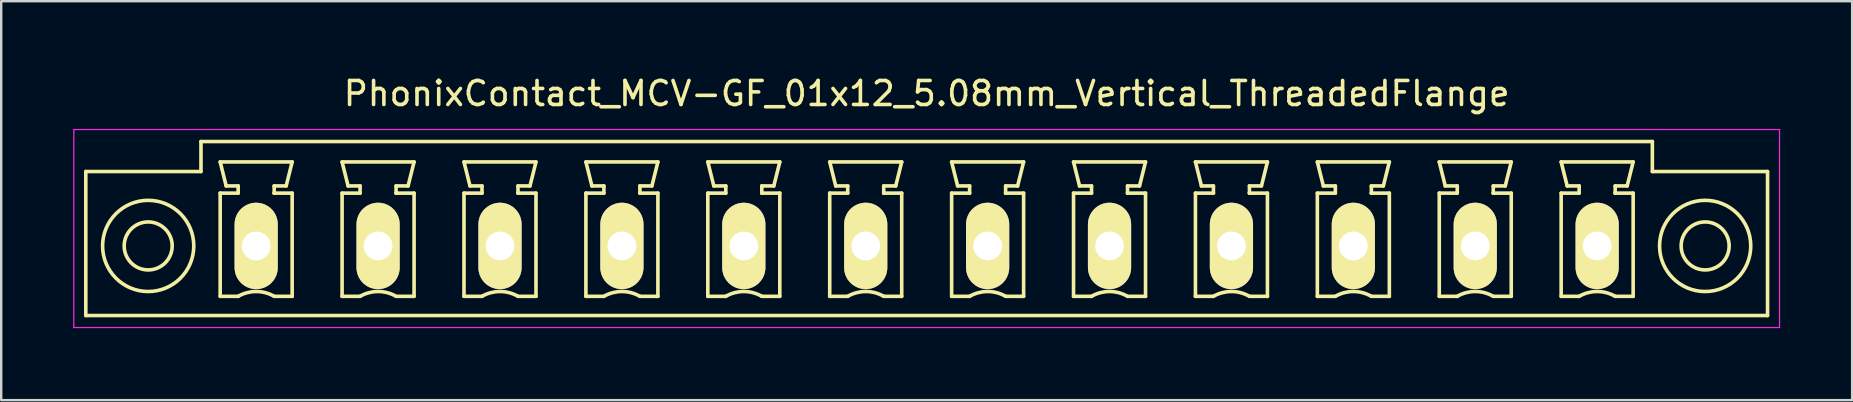
<source format=kicad_pcb>
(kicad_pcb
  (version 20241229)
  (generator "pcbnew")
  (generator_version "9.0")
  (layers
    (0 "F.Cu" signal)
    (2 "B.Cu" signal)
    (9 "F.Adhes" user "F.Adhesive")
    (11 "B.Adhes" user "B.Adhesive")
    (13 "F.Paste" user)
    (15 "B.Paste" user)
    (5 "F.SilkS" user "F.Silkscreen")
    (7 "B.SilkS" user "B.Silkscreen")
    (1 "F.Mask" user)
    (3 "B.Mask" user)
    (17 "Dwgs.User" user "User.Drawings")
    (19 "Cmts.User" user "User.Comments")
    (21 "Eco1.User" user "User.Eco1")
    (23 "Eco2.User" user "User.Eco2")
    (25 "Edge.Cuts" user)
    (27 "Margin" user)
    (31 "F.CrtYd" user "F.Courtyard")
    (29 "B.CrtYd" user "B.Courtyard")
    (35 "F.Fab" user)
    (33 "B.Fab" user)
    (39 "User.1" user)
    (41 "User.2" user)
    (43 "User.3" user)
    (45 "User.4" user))
  (footprint "PhonixContact_MCV-GF_01x12_5.08mm_Vertical_ThreadedFlange"
    (layer "F.Cu")
    (at 7.625 7.198)
    (property "Reference" "PhonixContact_MCV-GF_01x12_5.08mm_Vertical_ThreadedFlange" (at 27.94 -6.35 0) (layer "F.SilkS") (effects (font (size 1 1) (thickness 0.15))))
    (attr through_hole)
    (fp_line (start -7.1 -3.1) (end -7.1 2.9) (stroke (width 0.15) (type solid)) (layer "F.SilkS"))
    (fp_line (start -7.1 2.9) (end 62.98 2.9) (stroke (width 0.15) (type solid)) (layer "F.SilkS"))
    (fp_line (start -2.3 -4.35) (end -2.3 -3.1) (stroke (width 0.15) (type solid)) (layer "F.SilkS"))
    (fp_line (start -2.3 -3.1) (end -7.1 -3.1) (stroke (width 0.15) (type solid)) (layer "F.SilkS"))
    (fp_line (start -1.5 -3.5) (end 1.5 -3.5) (stroke (width 0.15) (type solid)) (layer "F.SilkS"))
    (fp_line (start -1.5 -2.2) (end -0.75 -2.2) (stroke (width 0.15) (type solid)) (layer "F.SilkS"))
    (fp_line (start -1.5 2.1) (end -1.5 -2.2) (stroke (width 0.15) (type solid)) (layer "F.SilkS"))
    (fp_line (start -1.25 -2.5) (end -1.5 -3.5) (stroke (width 0.15) (type solid)) (layer "F.SilkS"))
    (fp_line (start -0.75 -2.5) (end -1.25 -2.5) (stroke (width 0.15) (type solid)) (layer "F.SilkS"))
    (fp_line (start -0.75 -2.2) (end -0.75 -2.5) (stroke (width 0.15) (type solid)) (layer "F.SilkS"))
    (fp_line (start -0.75 2.1) (end -1.5 2.1) (stroke (width 0.15) (type solid)) (layer "F.SilkS"))
    (fp_line (start 0.75 -2.5) (end 0.75 -2.2) (stroke (width 0.15) (type solid)) (layer "F.SilkS"))
    (fp_line (start 0.75 -2.2) (end 0.75 -2.2) (stroke (width 0.15) (type solid)) (layer "F.SilkS"))
    (fp_line (start 0.75 -2.2) (end 1.5 -2.2) (stroke (width 0.15) (type solid)) (layer "F.SilkS"))
    (fp_line (start 1.25 -2.5) (end 0.75 -2.5) (stroke (width 0.15) (type solid)) (layer "F.SilkS"))
    (fp_line (start 1.5 -3.5) (end 1.25 -2.5) (stroke (width 0.15) (type solid)) (layer "F.SilkS"))
    (fp_line (start 1.5 -2.2) (end 1.5 2.1) (stroke (width 0.15) (type solid)) (layer "F.SilkS"))
    (fp_line (start 1.5 2.1) (end 0.75 2.1) (stroke (width 0.15) (type solid)) (layer "F.SilkS"))
    (fp_line (start 3.58 -3.5) (end 6.58 -3.5) (stroke (width 0.15) (type solid)) (layer "F.SilkS"))
    (fp_line (start 3.58 -2.2) (end 4.33 -2.2) (stroke (width 0.15) (type solid)) (layer "F.SilkS"))
    (fp_line (start 3.58 2.1) (end 3.58 -2.2) (stroke (width 0.15) (type solid)) (layer "F.SilkS"))
    (fp_line (start 3.83 -2.5) (end 3.58 -3.5) (stroke (width 0.15) (type solid)) (layer "F.SilkS"))
    (fp_line (start 4.33 -2.5) (end 3.83 -2.5) (stroke (width 0.15) (type solid)) (layer "F.SilkS"))
    (fp_line (start 4.33 -2.2) (end 4.33 -2.5) (stroke (width 0.15) (type solid)) (layer "F.SilkS"))
    (fp_line (start 4.33 2.1) (end 3.58 2.1) (stroke (width 0.15) (type solid)) (layer "F.SilkS"))
    (fp_line (start 5.83 -2.5) (end 5.83 -2.2) (stroke (width 0.15) (type solid)) (layer "F.SilkS"))
    (fp_line (start 5.83 -2.2) (end 5.83 -2.2) (stroke (width 0.15) (type solid)) (layer "F.SilkS"))
    (fp_line (start 5.83 -2.2) (end 6.58 -2.2) (stroke (width 0.15) (type solid)) (layer "F.SilkS"))
    (fp_line (start 6.33 -2.5) (end 5.83 -2.5) (stroke (width 0.15) (type solid)) (layer "F.SilkS"))
    (fp_line (start 6.58 -3.5) (end 6.33 -2.5) (stroke (width 0.15) (type solid)) (layer "F.SilkS"))
    (fp_line (start 6.58 -2.2) (end 6.58 2.1) (stroke (width 0.15) (type solid)) (layer "F.SilkS"))
    (fp_line (start 6.58 2.1) (end 5.83 2.1) (stroke (width 0.15) (type solid)) (layer "F.SilkS"))
    (fp_line (start 8.66 -3.5) (end 11.66 -3.5) (stroke (width 0.15) (type solid)) (layer "F.SilkS"))
    (fp_line (start 8.66 -2.2) (end 9.41 -2.2) (stroke (width 0.15) (type solid)) (layer "F.SilkS"))
    (fp_line (start 8.66 2.1) (end 8.66 -2.2) (stroke (width 0.15) (type solid)) (layer "F.SilkS"))
    (fp_line (start 8.91 -2.5) (end 8.66 -3.5) (stroke (width 0.15) (type solid)) (layer "F.SilkS"))
    (fp_line (start 9.41 -2.5) (end 8.91 -2.5) (stroke (width 0.15) (type solid)) (layer "F.SilkS"))
    (fp_line (start 9.41 -2.2) (end 9.41 -2.5) (stroke (width 0.15) (type solid)) (layer "F.SilkS"))
    (fp_line (start 9.41 2.1) (end 8.66 2.1) (stroke (width 0.15) (type solid)) (layer "F.SilkS"))
    (fp_line (start 10.91 -2.5) (end 10.91 -2.2) (stroke (width 0.15) (type solid)) (layer "F.SilkS"))
    (fp_line (start 10.91 -2.2) (end 10.91 -2.2) (stroke (width 0.15) (type solid)) (layer "F.SilkS"))
    (fp_line (start 10.91 -2.2) (end 11.66 -2.2) (stroke (width 0.15) (type solid)) (layer "F.SilkS"))
    (fp_line (start 11.41 -2.5) (end 10.91 -2.5) (stroke (width 0.15) (type solid)) (layer "F.SilkS"))
    (fp_line (start 11.66 -3.5) (end 11.41 -2.5) (stroke (width 0.15) (type solid)) (layer "F.SilkS"))
    (fp_line (start 11.66 -2.2) (end 11.66 2.1) (stroke (width 0.15) (type solid)) (layer "F.SilkS"))
    (fp_line (start 11.66 2.1) (end 10.91 2.1) (stroke (width 0.15) (type solid)) (layer "F.SilkS"))
    (fp_line (start 13.74 -3.5) (end 16.74 -3.5) (stroke (width 0.15) (type solid)) (layer "F.SilkS"))
    (fp_line (start 13.74 -2.2) (end 14.49 -2.2) (stroke (width 0.15) (type solid)) (layer "F.SilkS"))
    (fp_line (start 13.74 2.1) (end 13.74 -2.2) (stroke (width 0.15) (type solid)) (layer "F.SilkS"))
    (fp_line (start 13.99 -2.5) (end 13.74 -3.5) (stroke (width 0.15) (type solid)) (layer "F.SilkS"))
    (fp_line (start 14.49 -2.5) (end 13.99 -2.5) (stroke (width 0.15) (type solid)) (layer "F.SilkS"))
    (fp_line (start 14.49 -2.2) (end 14.49 -2.5) (stroke (width 0.15) (type solid)) (layer "F.SilkS"))
    (fp_line (start 14.49 2.1) (end 13.74 2.1) (stroke (width 0.15) (type solid)) (layer "F.SilkS"))
    (fp_line (start 15.99 -2.5) (end 15.99 -2.2) (stroke (width 0.15) (type solid)) (layer "F.SilkS"))
    (fp_line (start 15.99 -2.2) (end 15.99 -2.2) (stroke (width 0.15) (type solid)) (layer "F.SilkS"))
    (fp_line (start 15.99 -2.2) (end 16.74 -2.2) (stroke (width 0.15) (type solid)) (layer "F.SilkS"))
    (fp_line (start 16.49 -2.5) (end 15.99 -2.5) (stroke (width 0.15) (type solid)) (layer "F.SilkS"))
    (fp_line (start 16.74 -3.5) (end 16.49 -2.5) (stroke (width 0.15) (type solid)) (layer "F.SilkS"))
    (fp_line (start 16.74 -2.2) (end 16.74 2.1) (stroke (width 0.15) (type solid)) (layer "F.SilkS"))
    (fp_line (start 16.74 2.1) (end 15.99 2.1) (stroke (width 0.15) (type solid)) (layer "F.SilkS"))
    (fp_line (start 18.82 -3.5) (end 21.82 -3.5) (stroke (width 0.15) (type solid)) (layer "F.SilkS"))
    (fp_line (start 18.82 -2.2) (end 19.57 -2.2) (stroke (width 0.15) (type solid)) (layer "F.SilkS"))
    (fp_line (start 18.82 2.1) (end 18.82 -2.2) (stroke (width 0.15) (type solid)) (layer "F.SilkS"))
    (fp_line (start 19.07 -2.5) (end 18.82 -3.5) (stroke (width 0.15) (type solid)) (layer "F.SilkS"))
    (fp_line (start 19.57 -2.5) (end 19.07 -2.5) (stroke (width 0.15) (type solid)) (layer "F.SilkS"))
    (fp_line (start 19.57 -2.2) (end 19.57 -2.5) (stroke (width 0.15) (type solid)) (layer "F.SilkS"))
    (fp_line (start 19.57 2.1) (end 18.82 2.1) (stroke (width 0.15) (type solid)) (layer "F.SilkS"))
    (fp_line (start 21.07 -2.5) (end 21.07 -2.2) (stroke (width 0.15) (type solid)) (layer "F.SilkS"))
    (fp_line (start 21.07 -2.2) (end 21.07 -2.2) (stroke (width 0.15) (type solid)) (layer "F.SilkS"))
    (fp_line (start 21.07 -2.2) (end 21.82 -2.2) (stroke (width 0.15) (type solid)) (layer "F.SilkS"))
    (fp_line (start 21.57 -2.5) (end 21.07 -2.5) (stroke (width 0.15) (type solid)) (layer "F.SilkS"))
    (fp_line (start 21.82 -3.5) (end 21.57 -2.5) (stroke (width 0.15) (type solid)) (layer "F.SilkS"))
    (fp_line (start 21.82 -2.2) (end 21.82 2.1) (stroke (width 0.15) (type solid)) (layer "F.SilkS"))
    (fp_line (start 21.82 2.1) (end 21.07 2.1) (stroke (width 0.15) (type solid)) (layer "F.SilkS"))
    (fp_line (start 23.9 -3.5) (end 26.9 -3.5) (stroke (width 0.15) (type solid)) (layer "F.SilkS"))
    (fp_line (start 23.9 -2.2) (end 24.65 -2.2) (stroke (width 0.15) (type solid)) (layer "F.SilkS"))
    (fp_line (start 23.9 2.1) (end 23.9 -2.2) (stroke (width 0.15) (type solid)) (layer "F.SilkS"))
    (fp_line (start 24.15 -2.5) (end 23.9 -3.5) (stroke (width 0.15) (type solid)) (layer "F.SilkS"))
    (fp_line (start 24.65 -2.5) (end 24.15 -2.5) (stroke (width 0.15) (type solid)) (layer "F.SilkS"))
    (fp_line (start 24.65 -2.2) (end 24.65 -2.5) (stroke (width 0.15) (type solid)) (layer "F.SilkS"))
    (fp_line (start 24.65 2.1) (end 23.9 2.1) (stroke (width 0.15) (type solid)) (layer "F.SilkS"))
    (fp_line (start 26.15 -2.5) (end 26.15 -2.2) (stroke (width 0.15) (type solid)) (layer "F.SilkS"))
    (fp_line (start 26.15 -2.2) (end 26.15 -2.2) (stroke (width 0.15) (type solid)) (layer "F.SilkS"))
    (fp_line (start 26.15 -2.2) (end 26.9 -2.2) (stroke (width 0.15) (type solid)) (layer "F.SilkS"))
    (fp_line (start 26.65 -2.5) (end 26.15 -2.5) (stroke (width 0.15) (type solid)) (layer "F.SilkS"))
    (fp_line (start 26.9 -3.5) (end 26.65 -2.5) (stroke (width 0.15) (type solid)) (layer "F.SilkS"))
    (fp_line (start 26.9 -2.2) (end 26.9 2.1) (stroke (width 0.15) (type solid)) (layer "F.SilkS"))
    (fp_line (start 26.9 2.1) (end 26.15 2.1) (stroke (width 0.15) (type solid)) (layer "F.SilkS"))
    (fp_line (start 28.98 -3.5) (end 31.98 -3.5) (stroke (width 0.15) (type solid)) (layer "F.SilkS"))
    (fp_line (start 28.98 -2.2) (end 29.73 -2.2) (stroke (width 0.15) (type solid)) (layer "F.SilkS"))
    (fp_line (start 28.98 2.1) (end 28.98 -2.2) (stroke (width 0.15) (type solid)) (layer "F.SilkS"))
    (fp_line (start 29.23 -2.5) (end 28.98 -3.5) (stroke (width 0.15) (type solid)) (layer "F.SilkS"))
    (fp_line (start 29.73 -2.5) (end 29.23 -2.5) (stroke (width 0.15) (type solid)) (layer "F.SilkS"))
    (fp_line (start 29.73 -2.2) (end 29.73 -2.5) (stroke (width 0.15) (type solid)) (layer "F.SilkS"))
    (fp_line (start 29.73 2.1) (end 28.98 2.1) (stroke (width 0.15) (type solid)) (layer "F.SilkS"))
    (fp_line (start 31.23 -2.5) (end 31.23 -2.2) (stroke (width 0.15) (type solid)) (layer "F.SilkS"))
    (fp_line (start 31.23 -2.2) (end 31.23 -2.2) (stroke (width 0.15) (type solid)) (layer "F.SilkS"))
    (fp_line (start 31.23 -2.2) (end 31.98 -2.2) (stroke (width 0.15) (type solid)) (layer "F.SilkS"))
    (fp_line (start 31.73 -2.5) (end 31.23 -2.5) (stroke (width 0.15) (type solid)) (layer "F.SilkS"))
    (fp_line (start 31.98 -3.5) (end 31.73 -2.5) (stroke (width 0.15) (type solid)) (layer "F.SilkS"))
    (fp_line (start 31.98 -2.2) (end 31.98 2.1) (stroke (width 0.15) (type solid)) (layer "F.SilkS"))
    (fp_line (start 31.98 2.1) (end 31.23 2.1) (stroke (width 0.15) (type solid)) (layer "F.SilkS"))
    (fp_line (start 34.06 -3.5) (end 37.06 -3.5) (stroke (width 0.15) (type solid)) (layer "F.SilkS"))
    (fp_line (start 34.06 -2.2) (end 34.81 -2.2) (stroke (width 0.15) (type solid)) (layer "F.SilkS"))
    (fp_line (start 34.06 2.1) (end 34.06 -2.2) (stroke (width 0.15) (type solid)) (layer "F.SilkS"))
    (fp_line (start 34.31 -2.5) (end 34.06 -3.5) (stroke (width 0.15) (type solid)) (layer "F.SilkS"))
    (fp_line (start 34.81 -2.5) (end 34.31 -2.5) (stroke (width 0.15) (type solid)) (layer "F.SilkS"))
    (fp_line (start 34.81 -2.2) (end 34.81 -2.5) (stroke (width 0.15) (type solid)) (layer "F.SilkS"))
    (fp_line (start 34.81 2.1) (end 34.06 2.1) (stroke (width 0.15) (type solid)) (layer "F.SilkS"))
    (fp_line (start 36.31 -2.5) (end 36.31 -2.2) (stroke (width 0.15) (type solid)) (layer "F.SilkS"))
    (fp_line (start 36.31 -2.2) (end 36.31 -2.2) (stroke (width 0.15) (type solid)) (layer "F.SilkS"))
    (fp_line (start 36.31 -2.2) (end 37.06 -2.2) (stroke (width 0.15) (type solid)) (layer "F.SilkS"))
    (fp_line (start 36.81 -2.5) (end 36.31 -2.5) (stroke (width 0.15) (type solid)) (layer "F.SilkS"))
    (fp_line (start 37.06 -3.5) (end 36.81 -2.5) (stroke (width 0.15) (type solid)) (layer "F.SilkS"))
    (fp_line (start 37.06 -2.2) (end 37.06 2.1) (stroke (width 0.15) (type solid)) (layer "F.SilkS"))
    (fp_line (start 37.06 2.1) (end 36.31 2.1) (stroke (width 0.15) (type solid)) (layer "F.SilkS"))
    (fp_line (start 39.14 -3.5) (end 42.14 -3.5) (stroke (width 0.15) (type solid)) (layer "F.SilkS"))
    (fp_line (start 39.14 -2.2) (end 39.89 -2.2) (stroke (width 0.15) (type solid)) (layer "F.SilkS"))
    (fp_line (start 39.14 2.1) (end 39.14 -2.2) (stroke (width 0.15) (type solid)) (layer "F.SilkS"))
    (fp_line (start 39.39 -2.5) (end 39.14 -3.5) (stroke (width 0.15) (type solid)) (layer "F.SilkS"))
    (fp_line (start 39.89 -2.5) (end 39.39 -2.5) (stroke (width 0.15) (type solid)) (layer "F.SilkS"))
    (fp_line (start 39.89 -2.2) (end 39.89 -2.5) (stroke (width 0.15) (type solid)) (layer "F.SilkS"))
    (fp_line (start 39.89 2.1) (end 39.14 2.1) (stroke (width 0.15) (type solid)) (layer "F.SilkS"))
    (fp_line (start 41.39 -2.5) (end 41.39 -2.2) (stroke (width 0.15) (type solid)) (layer "F.SilkS"))
    (fp_line (start 41.39 -2.2) (end 41.39 -2.2) (stroke (width 0.15) (type solid)) (layer "F.SilkS"))
    (fp_line (start 41.39 -2.2) (end 42.14 -2.2) (stroke (width 0.15) (type solid)) (layer "F.SilkS"))
    (fp_line (start 41.89 -2.5) (end 41.39 -2.5) (stroke (width 0.15) (type solid)) (layer "F.SilkS"))
    (fp_line (start 42.14 -3.5) (end 41.89 -2.5) (stroke (width 0.15) (type solid)) (layer "F.SilkS"))
    (fp_line (start 42.14 -2.2) (end 42.14 2.1) (stroke (width 0.15) (type solid)) (layer "F.SilkS"))
    (fp_line (start 42.14 2.1) (end 41.39 2.1) (stroke (width 0.15) (type solid)) (layer "F.SilkS"))
    (fp_line (start 44.22 -3.5) (end 47.22 -3.5) (stroke (width 0.15) (type solid)) (layer "F.SilkS"))
    (fp_line (start 44.22 -2.2) (end 44.97 -2.2) (stroke (width 0.15) (type solid)) (layer "F.SilkS"))
    (fp_line (start 44.22 2.1) (end 44.22 -2.2) (stroke (width 0.15) (type solid)) (layer "F.SilkS"))
    (fp_line (start 44.47 -2.5) (end 44.22 -3.5) (stroke (width 0.15) (type solid)) (layer "F.SilkS"))
    (fp_line (start 44.97 -2.5) (end 44.47 -2.5) (stroke (width 0.15) (type solid)) (layer "F.SilkS"))
    (fp_line (start 44.97 -2.2) (end 44.97 -2.5) (stroke (width 0.15) (type solid)) (layer "F.SilkS"))
    (fp_line (start 44.97 2.1) (end 44.22 2.1) (stroke (width 0.15) (type solid)) (layer "F.SilkS"))
    (fp_line (start 46.47 -2.5) (end 46.47 -2.2) (stroke (width 0.15) (type solid)) (layer "F.SilkS"))
    (fp_line (start 46.47 -2.2) (end 46.47 -2.2) (stroke (width 0.15) (type solid)) (layer "F.SilkS"))
    (fp_line (start 46.47 -2.2) (end 47.22 -2.2) (stroke (width 0.15) (type solid)) (layer "F.SilkS"))
    (fp_line (start 46.97 -2.5) (end 46.47 -2.5) (stroke (width 0.15) (type solid)) (layer "F.SilkS"))
    (fp_line (start 47.22 -3.5) (end 46.97 -2.5) (stroke (width 0.15) (type solid)) (layer "F.SilkS"))
    (fp_line (start 47.22 -2.2) (end 47.22 2.1) (stroke (width 0.15) (type solid)) (layer "F.SilkS"))
    (fp_line (start 47.22 2.1) (end 46.47 2.1) (stroke (width 0.15) (type solid)) (layer "F.SilkS"))
    (fp_line (start 49.3 -3.5) (end 52.3 -3.5) (stroke (width 0.15) (type solid)) (layer "F.SilkS"))
    (fp_line (start 49.3 -2.2) (end 50.05 -2.2) (stroke (width 0.15) (type solid)) (layer "F.SilkS"))
    (fp_line (start 49.3 2.1) (end 49.3 -2.2) (stroke (width 0.15) (type solid)) (layer "F.SilkS"))
    (fp_line (start 49.55 -2.5) (end 49.3 -3.5) (stroke (width 0.15) (type solid)) (layer "F.SilkS"))
    (fp_line (start 50.05 -2.5) (end 49.55 -2.5) (stroke (width 0.15) (type solid)) (layer "F.SilkS"))
    (fp_line (start 50.05 -2.2) (end 50.05 -2.5) (stroke (width 0.15) (type solid)) (layer "F.SilkS"))
    (fp_line (start 50.05 2.1) (end 49.3 2.1) (stroke (width 0.15) (type solid)) (layer "F.SilkS"))
    (fp_line (start 51.55 -2.5) (end 51.55 -2.2) (stroke (width 0.15) (type solid)) (layer "F.SilkS"))
    (fp_line (start 51.55 -2.2) (end 51.55 -2.2) (stroke (width 0.15) (type solid)) (layer "F.SilkS"))
    (fp_line (start 51.55 -2.2) (end 52.3 -2.2) (stroke (width 0.15) (type solid)) (layer "F.SilkS"))
    (fp_line (start 52.05 -2.5) (end 51.55 -2.5) (stroke (width 0.15) (type solid)) (layer "F.SilkS"))
    (fp_line (start 52.3 -3.5) (end 52.05 -2.5) (stroke (width 0.15) (type solid)) (layer "F.SilkS"))
    (fp_line (start 52.3 -2.2) (end 52.3 2.1) (stroke (width 0.15) (type solid)) (layer "F.SilkS"))
    (fp_line (start 52.3 2.1) (end 51.55 2.1) (stroke (width 0.15) (type solid)) (layer "F.SilkS"))
    (fp_line (start 54.38 -3.5) (end 57.38 -3.5) (stroke (width 0.15) (type solid)) (layer "F.SilkS"))
    (fp_line (start 54.38 -2.2) (end 55.13 -2.2) (stroke (width 0.15) (type solid)) (layer "F.SilkS"))
    (fp_line (start 54.38 2.1) (end 54.38 -2.2) (stroke (width 0.15) (type solid)) (layer "F.SilkS"))
    (fp_line (start 54.63 -2.5) (end 54.38 -3.5) (stroke (width 0.15) (type solid)) (layer "F.SilkS"))
    (fp_line (start 55.13 -2.5) (end 54.63 -2.5) (stroke (width 0.15) (type solid)) (layer "F.SilkS"))
    (fp_line (start 55.13 -2.2) (end 55.13 -2.5) (stroke (width 0.15) (type solid)) (layer "F.SilkS"))
    (fp_line (start 55.13 2.1) (end 54.38 2.1) (stroke (width 0.15) (type solid)) (layer "F.SilkS"))
    (fp_line (start 56.63 -2.5) (end 56.63 -2.2) (stroke (width 0.15) (type solid)) (layer "F.SilkS"))
    (fp_line (start 56.63 -2.2) (end 56.63 -2.2) (stroke (width 0.15) (type solid)) (layer "F.SilkS"))
    (fp_line (start 56.63 -2.2) (end 57.38 -2.2) (stroke (width 0.15) (type solid)) (layer "F.SilkS"))
    (fp_line (start 57.13 -2.5) (end 56.63 -2.5) (stroke (width 0.15) (type solid)) (layer "F.SilkS"))
    (fp_line (start 57.38 -3.5) (end 57.13 -2.5) (stroke (width 0.15) (type solid)) (layer "F.SilkS"))
    (fp_line (start 57.38 -2.2) (end 57.38 2.1) (stroke (width 0.15) (type solid)) (layer "F.SilkS"))
    (fp_line (start 57.38 2.1) (end 56.63 2.1) (stroke (width 0.15) (type solid)) (layer "F.SilkS"))
    (fp_line (start 58.18 -4.35) (end -2.3 -4.35) (stroke (width 0.15) (type solid)) (layer "F.SilkS"))
    (fp_line (start 58.18 -3.1) (end 58.18 -4.35) (stroke (width 0.15) (type solid)) (layer "F.SilkS"))
    (fp_line (start 62.98 -3.1) (end 58.18 -3.1) (stroke (width 0.15) (type solid)) (layer "F.SilkS"))
    (fp_line (start 62.98 2.9) (end 62.98 -3.1) (stroke (width 0.15) (type solid)) (layer "F.SilkS"))
    (fp_arc (start -0.75 2.1) (mid -0.006068 1.899179) (end 0.739464 2.093978) (stroke (width 0.15) (type solid)) (layer "F.SilkS"))
    (fp_arc (start 4.33 2.1) (mid 5.073932 1.899179) (end 5.819464 2.093978) (stroke (width 0.15) (type solid)) (layer "F.SilkS"))
    (fp_arc (start 9.41 2.1) (mid 10.153932 1.899179) (end 10.899464 2.093978) (stroke (width 0.15) (type solid)) (layer "F.SilkS"))
    (fp_arc (start 14.49 2.1) (mid 15.233932 1.899179) (end 15.979464 2.093978) (stroke (width 0.15) (type solid)) (layer "F.SilkS"))
    (fp_arc (start 19.57 2.1) (mid 20.313932 1.899179) (end 21.059464 2.093978) (stroke (width 0.15) (type solid)) (layer "F.SilkS"))
    (fp_arc (start 24.65 2.1) (mid 25.393932 1.899179) (end 26.139464 2.093978) (stroke (width 0.15) (type solid)) (layer "F.SilkS"))
    (fp_arc (start 29.73 2.1) (mid 30.473932 1.899179) (end 31.219464 2.093978) (stroke (width 0.15) (type solid)) (layer "F.SilkS"))
    (fp_arc (start 34.81 2.1) (mid 35.553932 1.899179) (end 36.299464 2.093978) (stroke (width 0.15) (type solid)) (layer "F.SilkS"))
    (fp_arc (start 39.89 2.1) (mid 40.633932 1.899179) (end 41.379464 2.093978) (stroke (width 0.15) (type solid)) (layer "F.SilkS"))
    (fp_arc (start 44.97 2.1) (mid 45.713932 1.899179) (end 46.459464 2.093978) (stroke (width 0.15) (type solid)) (layer "F.SilkS"))
    (fp_arc (start 50.05 2.1) (mid 50.793932 1.899179) (end 51.539464 2.093978) (stroke (width 0.15) (type solid)) (layer "F.SilkS"))
    (fp_arc (start 55.13 2.1) (mid 55.873932 1.899179) (end 56.619464 2.093978) (stroke (width 0.15) (type solid)) (layer "F.SilkS"))
    (fp_circle (center -4.5 0) (end -3.5 0) (stroke (width 0.15) (type solid)) (fill no) (layer "F.SilkS"))
    (fp_circle (center -4.5 0) (end -2.6 0) (stroke (width 0.15) (type solid)) (fill no) (layer "F.SilkS"))
    (fp_circle (center 60.38 0) (end 61.38 0) (stroke (width 0.15) (type solid)) (fill no) (layer "F.SilkS"))
    (fp_circle (center 60.38 0) (end 62.28 0) (stroke (width 0.15) (type solid)) (fill no) (layer "F.SilkS"))
    (fp_line (start -7.6 -4.85) (end -7.6 3.4) (stroke (width 0.05) (type solid)) (layer "F.CrtYd"))
    (fp_line (start -7.6 3.4) (end 63.48 3.4) (stroke (width 0.05) (type solid)) (layer "F.CrtYd"))
    (fp_line (start 63.48 -4.85) (end -7.6 -4.85) (stroke (width 0.05) (type solid)) (layer "F.CrtYd"))
    (fp_line (start 63.48 3.4) (end 63.48 -4.85) (stroke (width 0.05) (type solid)) (layer "F.CrtYd"))
    (pad "1" thru_hole oval (at 0 0) (size 1.8 3.6) (drill 1.2) (layers "*.Cu" "*.Mask" "F.SilkS"))
    (pad "2" thru_hole oval (at 5.08 0) (size 1.8 3.6) (drill 1.2) (layers "*.Cu" "*.Mask" "F.SilkS"))
    (pad "3" thru_hole oval (at 10.16 0) (size 1.8 3.6) (drill 1.2) (layers "*.Cu" "*.Mask" "F.SilkS"))
    (pad "4" thru_hole oval (at 15.24 0) (size 1.8 3.6) (drill 1.2) (layers "*.Cu" "*.Mask" "F.SilkS"))
    (pad "5" thru_hole oval (at 20.32 0) (size 1.8 3.6) (drill 1.2) (layers "*.Cu" "*.Mask" "F.SilkS"))
    (pad "6" thru_hole oval (at 25.4 0) (size 1.8 3.6) (drill 1.2) (layers "*.Cu" "*.Mask" "F.SilkS"))
    (pad "7" thru_hole oval (at 30.48 0) (size 1.8 3.6) (drill 1.2) (layers "*.Cu" "*.Mask" "F.SilkS"))
    (pad "8" thru_hole oval (at 35.56 0) (size 1.8 3.6) (drill 1.2) (layers "*.Cu" "*.Mask" "F.SilkS"))
    (pad "9" thru_hole oval (at 40.64 0) (size 1.8 3.6) (drill 1.2) (layers "*.Cu" "*.Mask" "F.SilkS"))
    (pad "10" thru_hole oval (at 45.72 0) (size 1.8 3.6) (drill 1.2) (layers "*.Cu" "*.Mask" "F.SilkS"))
    (pad "11" thru_hole oval (at 50.8 0) (size 1.8 3.6) (drill 1.2) (layers "*.Cu" "*.Mask" "F.SilkS"))
    (pad "12" thru_hole oval (at 55.88 0) (size 1.8 3.6) (drill 1.2) (layers "*.Cu" "*.Mask" "F.SilkS")))
  (gr_rect
    (start -3 -3)
    (end 74.13 13.623)
    (stroke (width 0.1) (type default))
    (fill no)
    (layer "Edge.Cuts")))
</source>
